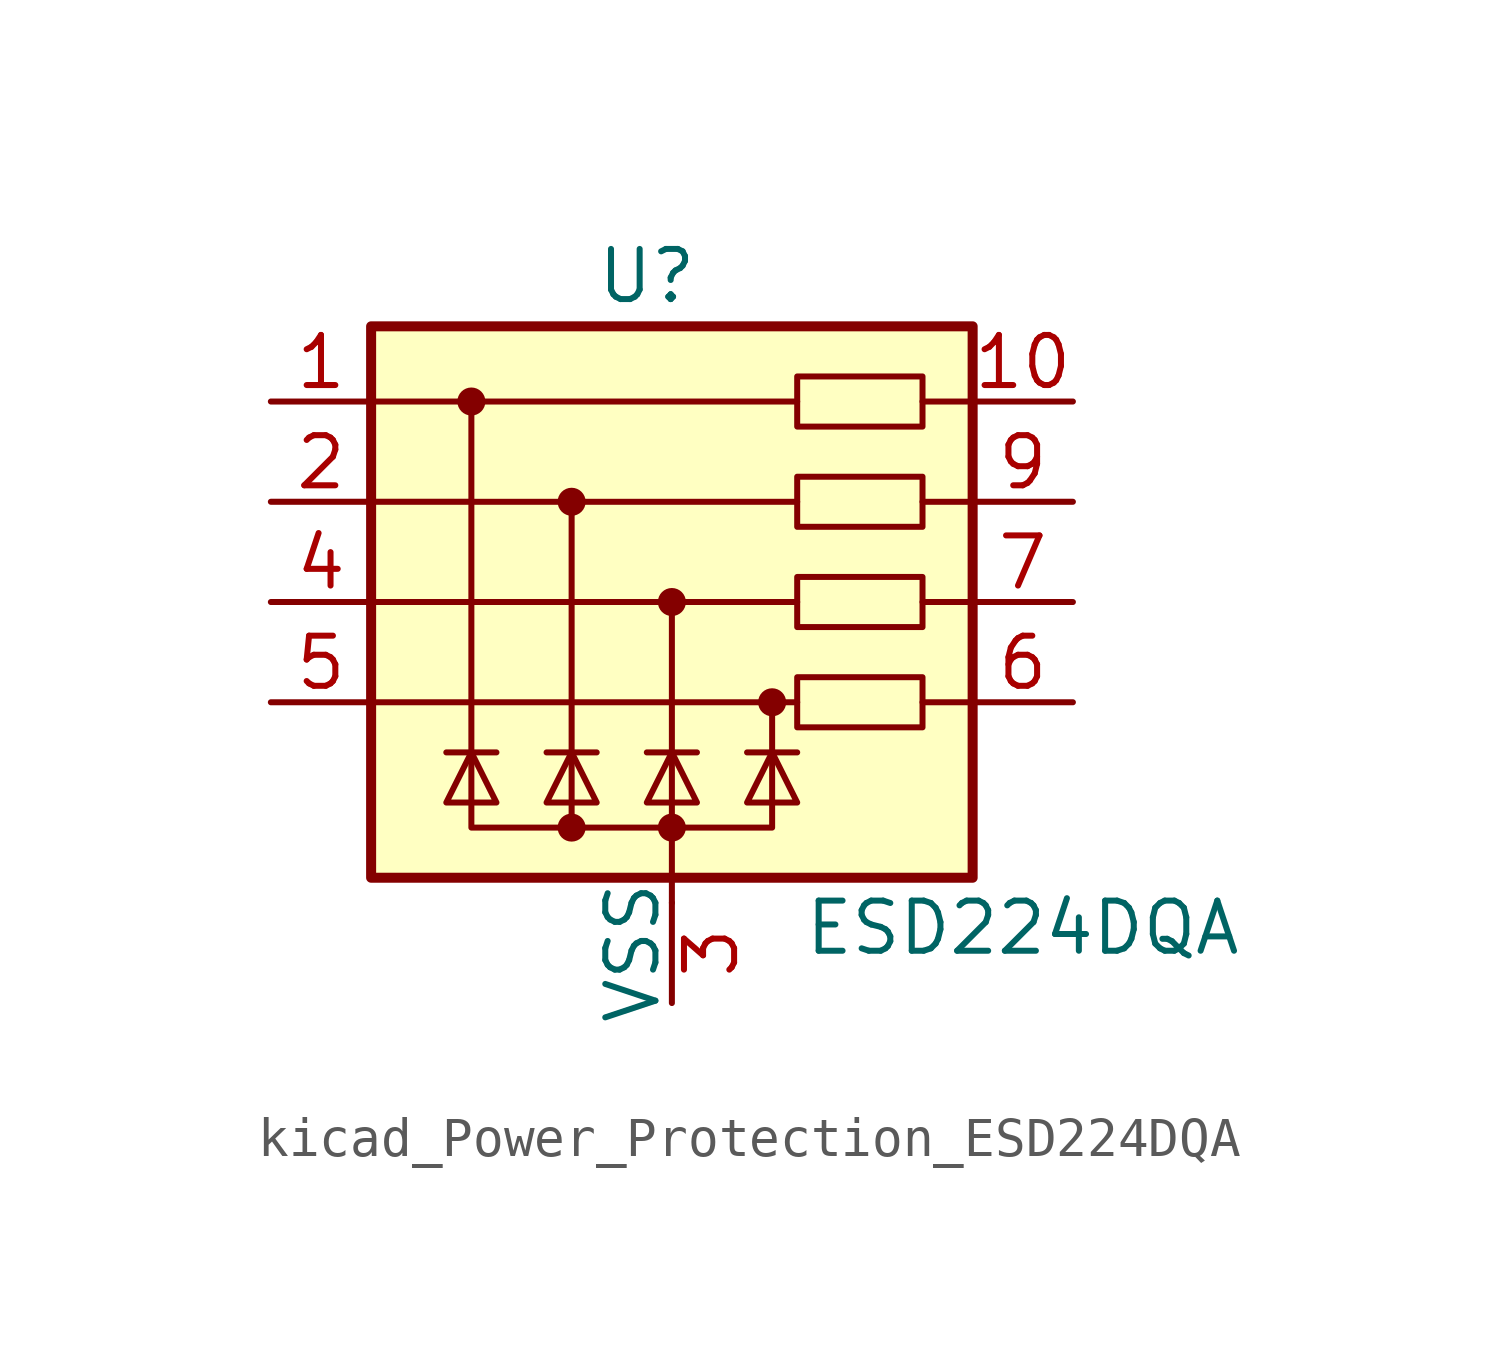
<source format=kicad_sym>
(kicad_symbol_lib
  (version 20220914)
  (generator kicad_symbol_editor)
  (symbol "kicad_Power_Protection_ESD224DQA"
    (pin_names
      (offset 0))
    (property "Reference" "U"
      (at -0.635 8.255 0)
      (effects (font (size 1.27 1.27))))
    (property "Value" "ESD224DQA"
      (at 8.89 -8.255 0)
      (effects (font (size 1.27 1.27))))
    (symbol "kicad_Power_Protection_ESD224DQA_0_0"
      (polyline (pts (xy -2.54 -5.715) (xy -2.54 2.54)) (stroke (width 0) (type default)) (fill (type none)))
      (polyline (pts (xy 0 0) (xy 0 -6.985)) (stroke (width 0) (type default)) (fill (type none))))
    (symbol "kicad_Power_Protection_ESD224DQA_0_1"
      (rectangle (start -7.62 6.985) (end 7.62 -6.985) (stroke (width 0.254) (type default)) (fill (type background)))
      (circle (center -5.08 5.08) (radius 0.279) (stroke (width 0) (type default)) (fill (type outline)))
      (circle (center -2.54 -5.715) (radius 0.279) (stroke (width 0) (type default)) (fill (type outline)))
      (circle (center -2.54 2.54) (radius 0.279) (stroke (width 0) (type default)) (fill (type outline)))
      (circle (center 0 -5.715) (radius 0.279) (stroke (width 0) (type default)) (fill (type outline)))
      (polyline (pts (xy -7.62 -2.54) (xy 3.175 -2.54)) (stroke (width 0) (type default)) (fill (type none)))
      (polyline (pts (xy -7.62 0) (xy 1.27 0)) (stroke (width 0) (type default)) (fill (type none)))
      (polyline (pts (xy -7.62 2.54) (xy -5.08 2.54)) (stroke (width 0) (type default)) (fill (type none)))
      (polyline (pts (xy -7.62 5.08) (xy -7.62 5.08)) (stroke (width 0) (type default)) (fill (type none)))
      (polyline (pts (xy -4.445 -3.81) (xy -5.715 -3.81)) (stroke (width 0) (type default)) (fill (type none)))
      (polyline (pts (xy -1.905 -3.81) (xy -3.175 -3.81)) (stroke (width 0) (type default)) (fill (type none)))
      (polyline (pts (xy 0 -6.985) (xy 0 -7.62)) (stroke (width 0) (type default)) (fill (type none)))
      (polyline (pts (xy 0.635 -3.81) (xy -0.635 -3.81)) (stroke (width 0) (type default)) (fill (type none)))
      (polyline (pts (xy 3.175 -3.81) (xy 1.905 -3.81)) (stroke (width 0) (type default)) (fill (type none)))
      (polyline (pts (xy 3.175 0) (xy 1.27 0)) (stroke (width 0.152) (type default)) (fill (type none)))
      (polyline (pts (xy 3.175 5.08) (xy -7.62 5.08)) (stroke (width 0.152) (type default)) (fill (type none)))
      (polyline (pts (xy 7.62 -2.54) (xy 6.35 -2.54)) (stroke (width 0.152) (type default)) (fill (type none)))
      (polyline (pts (xy 7.62 0) (xy 6.35 0)) (stroke (width 0.152) (type default)) (fill (type none)))
      (polyline (pts (xy 7.62 2.54) (xy 6.35 2.54)) (stroke (width 0.152) (type default)) (fill (type none)))
      (polyline (pts (xy 7.62 5.08) (xy 6.35 5.08)) (stroke (width 0.152) (type default)) (fill (type none)))
      (polyline (pts (xy -5.08 5.08) (xy -5.08 -5.715) (xy 2.54 -5.715) (xy 2.54 -2.54)) (stroke (width 0.152) (type default)) (fill (type none)))
      (polyline (pts (xy -4.445 -5.08) (xy -5.715 -5.08) (xy -5.08 -3.81) (xy -4.445 -5.08)) (stroke (width 0) (type default)) (fill (type none)))
      (polyline (pts (xy -1.905 -5.08) (xy -3.175 -5.08) (xy -2.54 -3.81) (xy -1.905 -5.08)) (stroke (width 0) (type default)) (fill (type none)))
      (polyline (pts (xy 0.635 -5.08) (xy -0.635 -5.08) (xy 0 -3.81) (xy 0.635 -5.08)) (stroke (width 0) (type default)) (fill (type none)))
      (polyline (pts (xy 3.175 -5.08) (xy 1.905 -5.08) (xy 2.54 -3.81) (xy 3.175 -5.08)) (stroke (width 0) (type default)) (fill (type none)))
      (polyline (pts (xy 3.175 2.54) (xy 0 2.54) (xy 0 2.54) (xy -3.81 2.54) (xy -3.81 2.54) (xy -5.08 2.54)) (stroke (width 0.152) (type default)) (fill (type none)))
      (circle (center 0 0) (radius 0.279) (stroke (width 0) (type default)) (fill (type outline)))
      (circle (center 2.54 -2.54) (radius 0.279) (stroke (width 0) (type default)) (fill (type outline)))
      (rectangle (start 3.175 -1.905) (end 6.35 -3.175) (stroke (width 0.152) (type default)) (fill (type none)))
      (rectangle (start 3.175 0.635) (end 6.35 -0.635) (stroke (width 0.152) (type default)) (fill (type none)))
      (rectangle (start 3.175 3.175) (end 6.35 1.905) (stroke (width 0.152) (type default)) (fill (type none)))
      (rectangle (start 3.175 5.715) (end 6.35 4.445) (stroke (width 0.152) (type default)) (fill (type none))))
    (symbol "kicad_Power_Protection_ESD224DQA_1_1"
      (pin passive line (at -10.16 5.08 0) (length 2.54) (name "~" (effects (font (size 1.27 1.27)))) (number "1" (effects (font (size 1.27 1.27)))))
      (pin passive line (at 10.16 5.08 180) (length 2.54) (name "~" (effects (font (size 1.27 1.27)))) (number "10" (effects (font (size 1.27 1.27)))))
      (pin passive line (at -10.16 2.54 0) (length 2.54) (name "~" (effects (font (size 1.27 1.27)))) (number "2" (effects (font (size 1.27 1.27)))))
      (pin power_in line (at 0 -10.16 90) (length 2.54) (name "VSS" (effects (font (size 1.27 1.27)))) (number "3" (effects (font (size 1.27 1.27)))))
      (pin passive line (at -10.16 0 0) (length 2.54) (name "~" (effects (font (size 1.27 1.27)))) (number "4" (effects (font (size 1.27 1.27)))))
      (pin passive line (at -10.16 -2.54 0) (length 2.54) (name "~" (effects (font (size 1.27 1.27)))) (number "5" (effects (font (size 1.27 1.27)))))
      (pin passive line (at 10.16 -2.54 180) (length 2.54) (name "~" (effects (font (size 1.27 1.27)))) (number "6" (effects (font (size 1.27 1.27)))))
      (pin passive line (at 10.16 0 180) (length 2.54) (name "~" (effects (font (size 1.27 1.27)))) (number "7" (effects (font (size 1.27 1.27)))))
      (pin passive line (at 0 -10.16 90) (length 2.54) hide (name "VSS" (effects (font (size 1.27 1.27)))) (number "8" (effects (font (size 1.27 1.27)))))
      (pin passive line (at 10.16 2.54 180) (length 2.54) (name "~" (effects (font (size 1.27 1.27)))) (number "9" (effects (font (size 1.27 1.27))))))))
</source>
